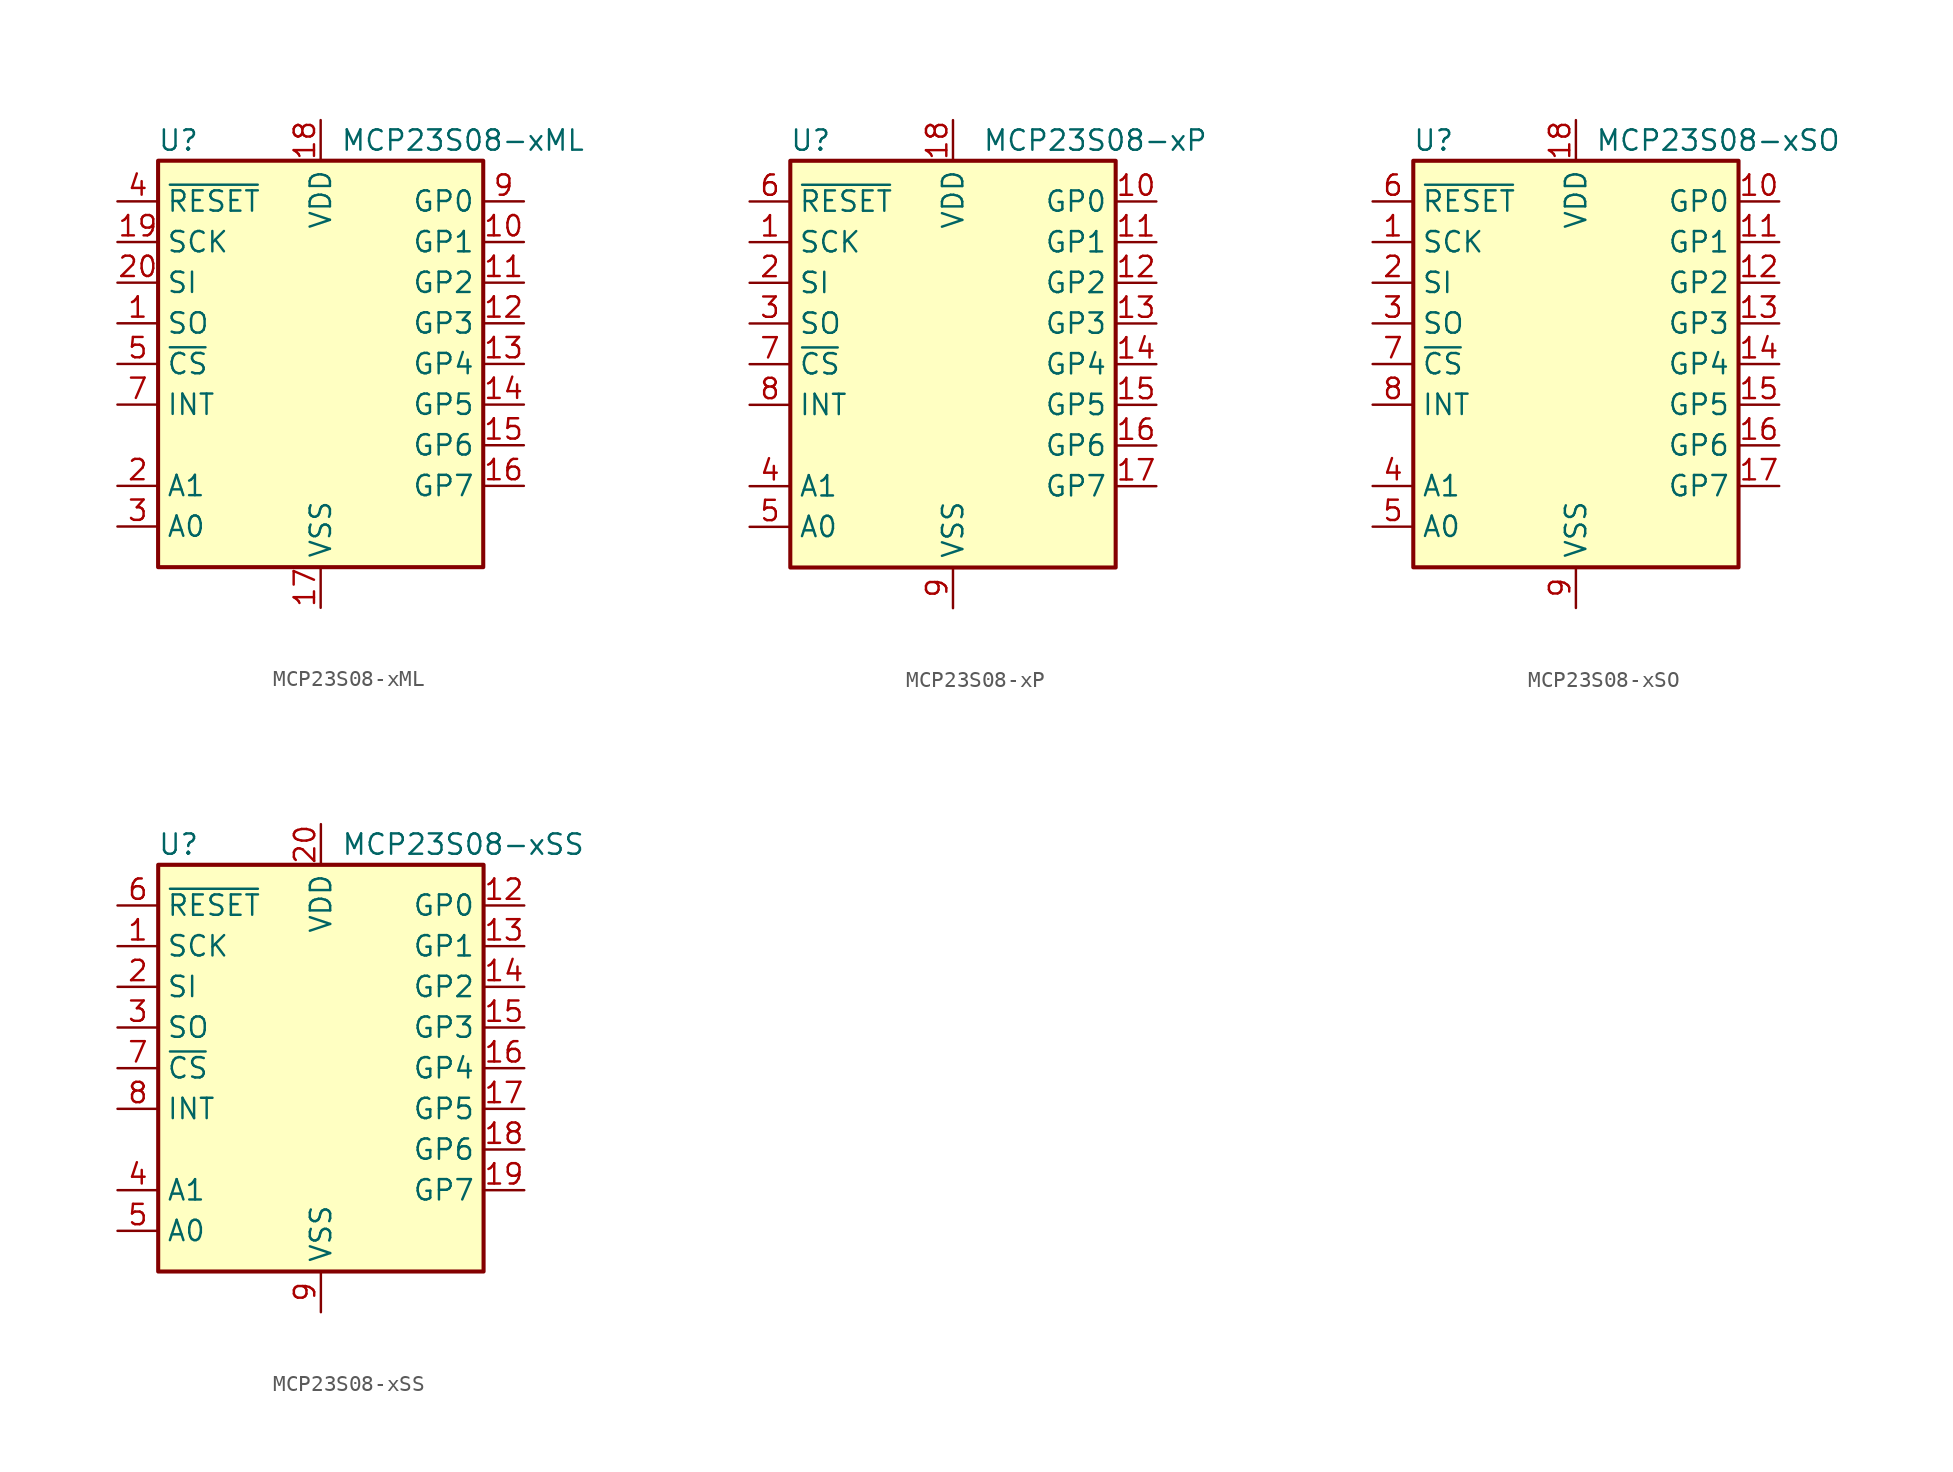
<source format=kicad_sym>
(kicad_symbol_lib
  (version 20231120)
  (generator "kicad_symbol_editor")
  (generator_version "8.0")
  (symbol "MCP23S08-xML"
    (property "Reference" "U"
      (at -8.89 13.97 0)
      (effects (font (size 1.27 1.27))))
    (property "Value" "MCP23S08-xML"
      (at 8.89 13.97 0)
      (effects (font (size 1.27 1.27))))
    (symbol "MCP23S08-xML_0_1"
      (rectangle (start -10.16 12.7) (end 10.16 -12.7) (stroke (width 0.254) (type default)) (fill (type background))))
    (symbol "MCP23S08-xML_1_1"
      (pin output line (at -12.7 2.54 0) (length 2.54) (name "SO" (effects (font (size 1.27 1.27)))) (number "1" (effects (font (size 1.27 1.27)))))
      (pin bidirectional line (at 12.7 7.62 180) (length 2.54) (name "GP1" (effects (font (size 1.27 1.27)))) (number "10" (effects (font (size 1.27 1.27)))))
      (pin bidirectional line (at 12.7 5.08 180) (length 2.54) (name "GP2" (effects (font (size 1.27 1.27)))) (number "11" (effects (font (size 1.27 1.27)))))
      (pin bidirectional line (at 12.7 2.54 180) (length 2.54) (name "GP3" (effects (font (size 1.27 1.27)))) (number "12" (effects (font (size 1.27 1.27)))))
      (pin bidirectional line (at 12.7 0 180) (length 2.54) (name "GP4" (effects (font (size 1.27 1.27)))) (number "13" (effects (font (size 1.27 1.27)))))
      (pin bidirectional line (at 12.7 -2.54 180) (length 2.54) (name "GP5" (effects (font (size 1.27 1.27)))) (number "14" (effects (font (size 1.27 1.27)))))
      (pin bidirectional line (at 12.7 -5.08 180) (length 2.54) (name "GP6" (effects (font (size 1.27 1.27)))) (number "15" (effects (font (size 1.27 1.27)))))
      (pin bidirectional line (at 12.7 -7.62 180) (length 2.54) (name "GP7" (effects (font (size 1.27 1.27)))) (number "16" (effects (font (size 1.27 1.27)))))
      (pin power_in line (at 0 -15.24 90) (length 2.54) (name "VSS" (effects (font (size 1.27 1.27)))) (number "17" (effects (font (size 1.27 1.27)))))
      (pin power_in line (at 0 15.24 270) (length 2.54) (name "VDD" (effects (font (size 1.27 1.27)))) (number "18" (effects (font (size 1.27 1.27)))))
      (pin input line (at -12.7 7.62 0) (length 2.54) (name "SCK" (effects (font (size 1.27 1.27)))) (number "19" (effects (font (size 1.27 1.27)))))
      (pin input line (at -12.7 -7.62 0) (length 2.54) (name "A1" (effects (font (size 1.27 1.27)))) (number "2" (effects (font (size 1.27 1.27)))))
      (pin input line (at -12.7 5.08 0) (length 2.54) (name "SI" (effects (font (size 1.27 1.27)))) (number "20" (effects (font (size 1.27 1.27)))))
      (pin input line (at -12.7 -10.16 0) (length 2.54) (name "A0" (effects (font (size 1.27 1.27)))) (number "3" (effects (font (size 1.27 1.27)))))
      (pin input line (at -12.7 10.16 0) (length 2.54) (name "~{RESET}" (effects (font (size 1.27 1.27)))) (number "4" (effects (font (size 1.27 1.27)))))
      (pin input line (at -12.7 0 0) (length 2.54) (name "~{CS}" (effects (font (size 1.27 1.27)))) (number "5" (effects (font (size 1.27 1.27)))))
      (pin no_connect line (at -10.16 -5.08 0) (length 2.54) hide (name "NC" (effects (font (size 1.27 1.27)))) (number "6" (effects (font (size 1.27 1.27)))))
      (pin output line (at -12.7 -2.54 0) (length 2.54) (name "INT" (effects (font (size 1.27 1.27)))) (number "7" (effects (font (size 1.27 1.27)))) (alternate "INT" open_collector line))
      (pin no_connect line (at 10.16 -10.16 180) (length 2.54) hide (name "NC" (effects (font (size 1.27 1.27)))) (number "8" (effects (font (size 1.27 1.27)))))
      (pin bidirectional line (at 12.7 10.16 180) (length 2.54) (name "GP0" (effects (font (size 1.27 1.27)))) (number "9" (effects (font (size 1.27 1.27)))))))
  (symbol "MCP23S08-xP"
    (property "Reference" "U"
      (at -8.89 13.97 0)
      (effects (font (size 1.27 1.27))))
    (property "Value" "MCP23S08-xP"
      (at 8.89 13.97 0)
      (effects (font (size 1.27 1.27))))
    (symbol "MCP23S08-xP_0_1"
      (rectangle (start -10.16 12.7) (end 10.16 -12.7) (stroke (width 0.254) (type default)) (fill (type background))))
    (symbol "MCP23S08-xP_1_1"
      (pin input line (at -12.7 7.62 0) (length 2.54) (name "SCK" (effects (font (size 1.27 1.27)))) (number "1" (effects (font (size 1.27 1.27)))))
      (pin bidirectional line (at 12.7 10.16 180) (length 2.54) (name "GP0" (effects (font (size 1.27 1.27)))) (number "10" (effects (font (size 1.27 1.27)))))
      (pin bidirectional line (at 12.7 7.62 180) (length 2.54) (name "GP1" (effects (font (size 1.27 1.27)))) (number "11" (effects (font (size 1.27 1.27)))))
      (pin bidirectional line (at 12.7 5.08 180) (length 2.54) (name "GP2" (effects (font (size 1.27 1.27)))) (number "12" (effects (font (size 1.27 1.27)))))
      (pin bidirectional line (at 12.7 2.54 180) (length 2.54) (name "GP3" (effects (font (size 1.27 1.27)))) (number "13" (effects (font (size 1.27 1.27)))))
      (pin bidirectional line (at 12.7 0 180) (length 2.54) (name "GP4" (effects (font (size 1.27 1.27)))) (number "14" (effects (font (size 1.27 1.27)))))
      (pin bidirectional line (at 12.7 -2.54 180) (length 2.54) (name "GP5" (effects (font (size 1.27 1.27)))) (number "15" (effects (font (size 1.27 1.27)))))
      (pin bidirectional line (at 12.7 -5.08 180) (length 2.54) (name "GP6" (effects (font (size 1.27 1.27)))) (number "16" (effects (font (size 1.27 1.27)))))
      (pin bidirectional line (at 12.7 -7.62 180) (length 2.54) (name "GP7" (effects (font (size 1.27 1.27)))) (number "17" (effects (font (size 1.27 1.27)))))
      (pin power_in line (at 0 15.24 270) (length 2.54) (name "VDD" (effects (font (size 1.27 1.27)))) (number "18" (effects (font (size 1.27 1.27)))))
      (pin input line (at -12.7 5.08 0) (length 2.54) (name "SI" (effects (font (size 1.27 1.27)))) (number "2" (effects (font (size 1.27 1.27)))))
      (pin output line (at -12.7 2.54 0) (length 2.54) (name "SO" (effects (font (size 1.27 1.27)))) (number "3" (effects (font (size 1.27 1.27)))))
      (pin input line (at -12.7 -7.62 0) (length 2.54) (name "A1" (effects (font (size 1.27 1.27)))) (number "4" (effects (font (size 1.27 1.27)))))
      (pin input line (at -12.7 -10.16 0) (length 2.54) (name "A0" (effects (font (size 1.27 1.27)))) (number "5" (effects (font (size 1.27 1.27)))))
      (pin input line (at -12.7 10.16 0) (length 2.54) (name "~{RESET}" (effects (font (size 1.27 1.27)))) (number "6" (effects (font (size 1.27 1.27)))))
      (pin input line (at -12.7 0 0) (length 2.54) (name "~{CS}" (effects (font (size 1.27 1.27)))) (number "7" (effects (font (size 1.27 1.27)))))
      (pin output line (at -12.7 -2.54 0) (length 2.54) (name "INT" (effects (font (size 1.27 1.27)))) (number "8" (effects (font (size 1.27 1.27)))) (alternate "INT" open_collector line))
      (pin power_in line (at 0 -15.24 90) (length 2.54) (name "VSS" (effects (font (size 1.27 1.27)))) (number "9" (effects (font (size 1.27 1.27)))))))
  (symbol "MCP23S08-xSO"
    (property "Reference" "U"
      (at -8.89 13.97 0)
      (effects (font (size 1.27 1.27))))
    (property "Value" "MCP23S08-xSO"
      (at 8.89 13.97 0)
      (effects (font (size 1.27 1.27))))
    (symbol "MCP23S08-xSO_0_1"
      (rectangle (start -10.16 12.7) (end 10.16 -12.7) (stroke (width 0.254) (type default)) (fill (type background))))
    (symbol "MCP23S08-xSO_1_1"
      (pin input line (at -12.7 7.62 0) (length 2.54) (name "SCK" (effects (font (size 1.27 1.27)))) (number "1" (effects (font (size 1.27 1.27)))))
      (pin bidirectional line (at 12.7 10.16 180) (length 2.54) (name "GP0" (effects (font (size 1.27 1.27)))) (number "10" (effects (font (size 1.27 1.27)))))
      (pin bidirectional line (at 12.7 7.62 180) (length 2.54) (name "GP1" (effects (font (size 1.27 1.27)))) (number "11" (effects (font (size 1.27 1.27)))))
      (pin bidirectional line (at 12.7 5.08 180) (length 2.54) (name "GP2" (effects (font (size 1.27 1.27)))) (number "12" (effects (font (size 1.27 1.27)))))
      (pin bidirectional line (at 12.7 2.54 180) (length 2.54) (name "GP3" (effects (font (size 1.27 1.27)))) (number "13" (effects (font (size 1.27 1.27)))))
      (pin bidirectional line (at 12.7 0 180) (length 2.54) (name "GP4" (effects (font (size 1.27 1.27)))) (number "14" (effects (font (size 1.27 1.27)))))
      (pin bidirectional line (at 12.7 -2.54 180) (length 2.54) (name "GP5" (effects (font (size 1.27 1.27)))) (number "15" (effects (font (size 1.27 1.27)))))
      (pin bidirectional line (at 12.7 -5.08 180) (length 2.54) (name "GP6" (effects (font (size 1.27 1.27)))) (number "16" (effects (font (size 1.27 1.27)))))
      (pin bidirectional line (at 12.7 -7.62 180) (length 2.54) (name "GP7" (effects (font (size 1.27 1.27)))) (number "17" (effects (font (size 1.27 1.27)))))
      (pin power_in line (at 0 15.24 270) (length 2.54) (name "VDD" (effects (font (size 1.27 1.27)))) (number "18" (effects (font (size 1.27 1.27)))))
      (pin input line (at -12.7 5.08 0) (length 2.54) (name "SI" (effects (font (size 1.27 1.27)))) (number "2" (effects (font (size 1.27 1.27)))))
      (pin output line (at -12.7 2.54 0) (length 2.54) (name "SO" (effects (font (size 1.27 1.27)))) (number "3" (effects (font (size 1.27 1.27)))))
      (pin input line (at -12.7 -7.62 0) (length 2.54) (name "A1" (effects (font (size 1.27 1.27)))) (number "4" (effects (font (size 1.27 1.27)))))
      (pin input line (at -12.7 -10.16 0) (length 2.54) (name "A0" (effects (font (size 1.27 1.27)))) (number "5" (effects (font (size 1.27 1.27)))))
      (pin input line (at -12.7 10.16 0) (length 2.54) (name "~{RESET}" (effects (font (size 1.27 1.27)))) (number "6" (effects (font (size 1.27 1.27)))))
      (pin input line (at -12.7 0 0) (length 2.54) (name "~{CS}" (effects (font (size 1.27 1.27)))) (number "7" (effects (font (size 1.27 1.27)))))
      (pin output line (at -12.7 -2.54 0) (length 2.54) (name "INT" (effects (font (size 1.27 1.27)))) (number "8" (effects (font (size 1.27 1.27)))) (alternate "INT" open_collector line))
      (pin power_in line (at 0 -15.24 90) (length 2.54) (name "VSS" (effects (font (size 1.27 1.27)))) (number "9" (effects (font (size 1.27 1.27)))))))
  (symbol "MCP23S08-xSS"
    (property "Reference" "U"
      (at -8.89 13.97 0)
      (effects (font (size 1.27 1.27))))
    (property "Value" "MCP23S08-xSS"
      (at 8.89 13.97 0)
      (effects (font (size 1.27 1.27))))
    (symbol "MCP23S08-xSS_0_1"
      (rectangle (start -10.16 12.7) (end 10.16 -12.7) (stroke (width 0.254) (type default)) (fill (type background))))
    (symbol "MCP23S08-xSS_1_1"
      (pin input line (at -12.7 7.62 0) (length 2.54) (name "SCK" (effects (font (size 1.27 1.27)))) (number "1" (effects (font (size 1.27 1.27)))))
      (pin no_connect line (at -10.16 -5.08 0) (length 2.54) hide (name "NC" (effects (font (size 1.27 1.27)))) (number "10" (effects (font (size 1.27 1.27)))))
      (pin no_connect line (at 10.16 -10.16 180) (length 2.54) hide (name "NC" (effects (font (size 1.27 1.27)))) (number "11" (effects (font (size 1.27 1.27)))))
      (pin bidirectional line (at 12.7 10.16 180) (length 2.54) (name "GP0" (effects (font (size 1.27 1.27)))) (number "12" (effects (font (size 1.27 1.27)))))
      (pin bidirectional line (at 12.7 7.62 180) (length 2.54) (name "GP1" (effects (font (size 1.27 1.27)))) (number "13" (effects (font (size 1.27 1.27)))))
      (pin bidirectional line (at 12.7 5.08 180) (length 2.54) (name "GP2" (effects (font (size 1.27 1.27)))) (number "14" (effects (font (size 1.27 1.27)))))
      (pin bidirectional line (at 12.7 2.54 180) (length 2.54) (name "GP3" (effects (font (size 1.27 1.27)))) (number "15" (effects (font (size 1.27 1.27)))))
      (pin bidirectional line (at 12.7 0 180) (length 2.54) (name "GP4" (effects (font (size 1.27 1.27)))) (number "16" (effects (font (size 1.27 1.27)))))
      (pin bidirectional line (at 12.7 -2.54 180) (length 2.54) (name "GP5" (effects (font (size 1.27 1.27)))) (number "17" (effects (font (size 1.27 1.27)))))
      (pin bidirectional line (at 12.7 -5.08 180) (length 2.54) (name "GP6" (effects (font (size 1.27 1.27)))) (number "18" (effects (font (size 1.27 1.27)))))
      (pin bidirectional line (at 12.7 -7.62 180) (length 2.54) (name "GP7" (effects (font (size 1.27 1.27)))) (number "19" (effects (font (size 1.27 1.27)))))
      (pin input line (at -12.7 5.08 0) (length 2.54) (name "SI" (effects (font (size 1.27 1.27)))) (number "2" (effects (font (size 1.27 1.27)))))
      (pin power_in line (at 0 15.24 270) (length 2.54) (name "VDD" (effects (font (size 1.27 1.27)))) (number "20" (effects (font (size 1.27 1.27)))))
      (pin output line (at -12.7 2.54 0) (length 2.54) (name "SO" (effects (font (size 1.27 1.27)))) (number "3" (effects (font (size 1.27 1.27)))))
      (pin input line (at -12.7 -7.62 0) (length 2.54) (name "A1" (effects (font (size 1.27 1.27)))) (number "4" (effects (font (size 1.27 1.27)))))
      (pin input line (at -12.7 -10.16 0) (length 2.54) (name "A0" (effects (font (size 1.27 1.27)))) (number "5" (effects (font (size 1.27 1.27)))))
      (pin input line (at -12.7 10.16 0) (length 2.54) (name "~{RESET}" (effects (font (size 1.27 1.27)))) (number "6" (effects (font (size 1.27 1.27)))))
      (pin input line (at -12.7 0 0) (length 2.54) (name "~{CS}" (effects (font (size 1.27 1.27)))) (number "7" (effects (font (size 1.27 1.27)))))
      (pin output line (at -12.7 -2.54 0) (length 2.54) (name "INT" (effects (font (size 1.27 1.27)))) (number "8" (effects (font (size 1.27 1.27)))) (alternate "INT" open_collector line))
      (pin power_in line (at 0 -15.24 90) (length 2.54) (name "VSS" (effects (font (size 1.27 1.27)))) (number "9" (effects (font (size 1.27 1.27))))))))
</source>
